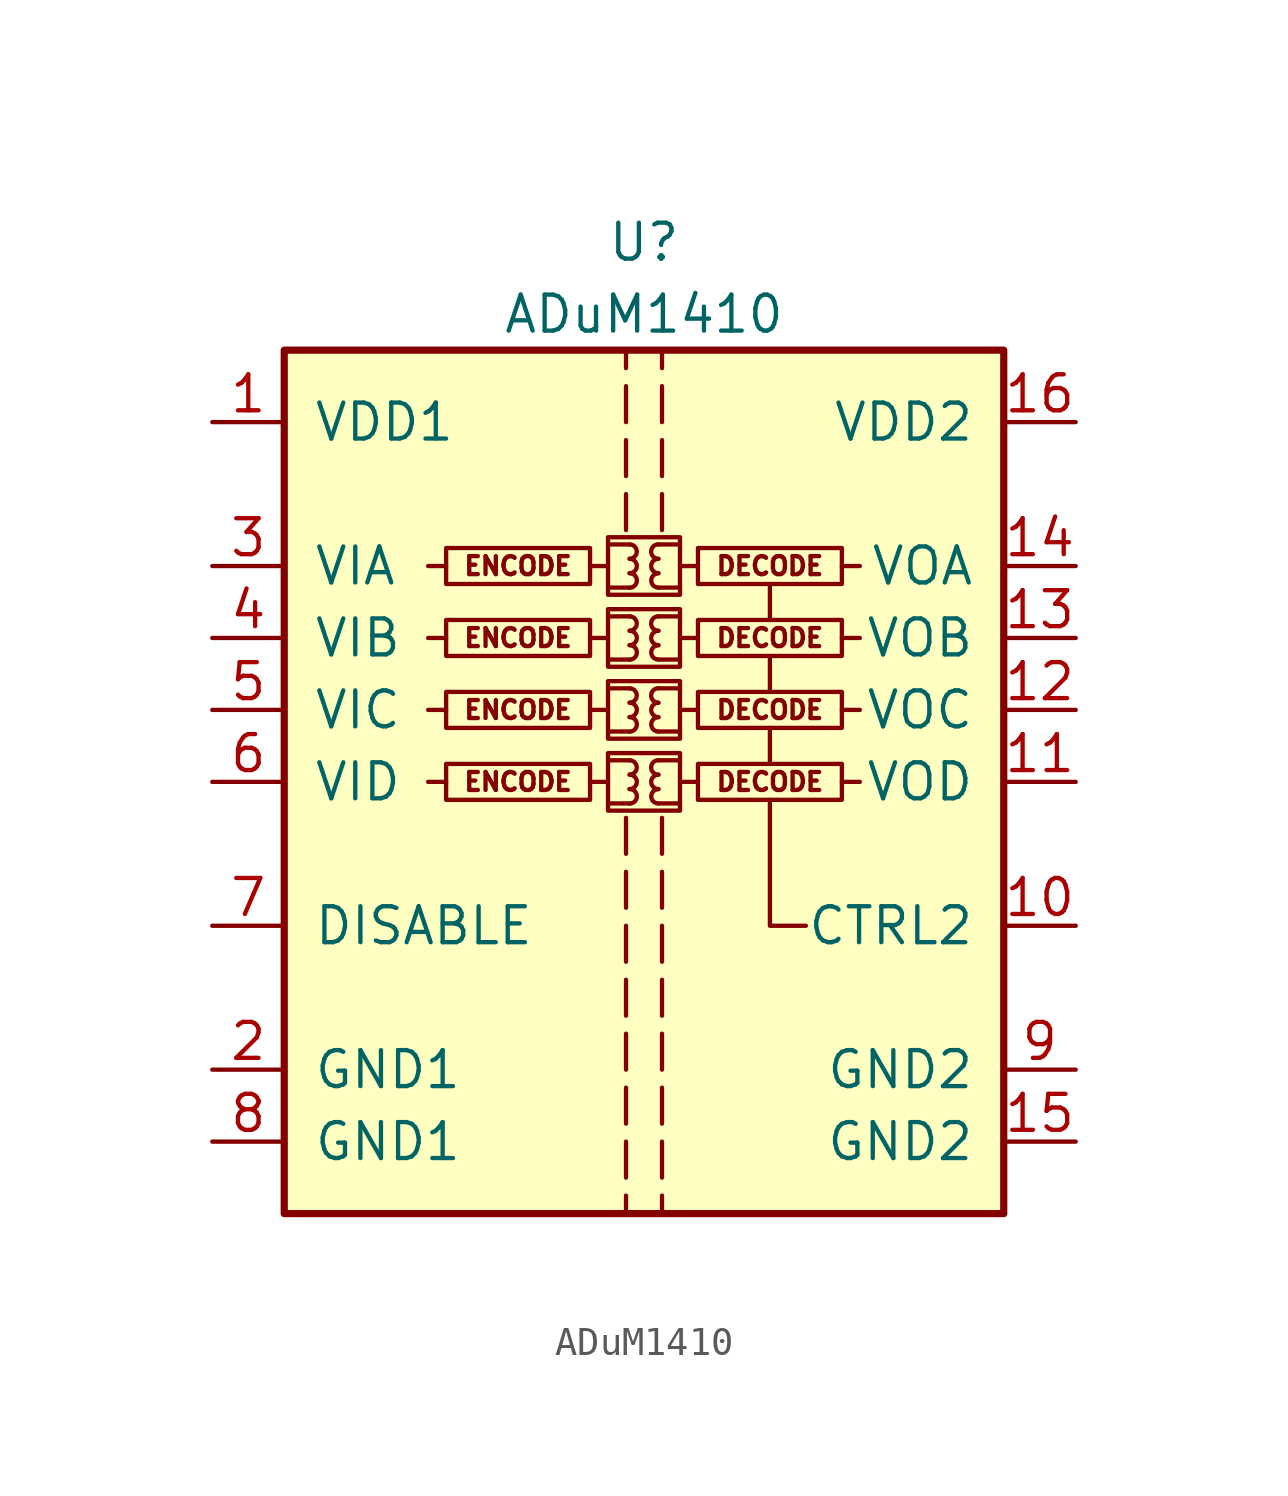
<source format=kicad_sym>
(kicad_symbol_lib
  (version 20201005)
  (generator kicad_symbol_editor)
  (symbol "ADuM1410"
    (pin_names
      (offset 1.016))
    (property "Reference" "U"
      (at 0 19.05 0)
      (effects (font (size 1.27 1.27))))
    (property "Value" "ADuM1410"
      (at 0 16.51 0)
      (effects (font (size 1.27 1.27))))
    (symbol "ADuM1410_0_0"
      (arc (start -0.508 -0.762) (end -0.508 -0.254) (radius (at -0.508 -0.508) (length 0.254) (angles -89.9 89.9)) (stroke (width 0)) (fill (type none)))
      (arc (start -0.508 -0.254) (end -0.508 0.254) (radius (at -0.508 0) (length 0.254) (angles -89.9 89.9)) (stroke (width 0)) (fill (type none)))
      (arc (start -0.508 0.254) (end -0.508 0.762) (radius (at -0.508 0.508) (length 0.254) (angles -89.9 89.9)) (stroke (width 0)) (fill (type none)))
      (arc (start -0.508 1.778) (end -0.508 2.286) (radius (at -0.508 2.032) (length 0.254) (angles -89.9 89.9)) (stroke (width 0)) (fill (type none)))
      (arc (start -0.508 2.286) (end -0.508 2.794) (radius (at -0.508 2.54) (length 0.254) (angles -89.9 89.9)) (stroke (width 0)) (fill (type none)))
      (arc (start -0.508 2.794) (end -0.508 3.302) (radius (at -0.508 3.048) (length 0.254) (angles -89.9 89.9)) (stroke (width 0)) (fill (type none)))
      (arc (start -0.508 4.318) (end -0.508 4.826) (radius (at -0.508 4.572) (length 0.254) (angles -89.9 89.9)) (stroke (width 0)) (fill (type none)))
      (arc (start -0.508 4.826) (end -0.508 5.334) (radius (at -0.508 5.08) (length 0.254) (angles -89.9 89.9)) (stroke (width 0)) (fill (type none)))
      (arc (start -0.508 5.334) (end -0.508 5.842) (radius (at -0.508 5.588) (length 0.254) (angles -89.9 89.9)) (stroke (width 0)) (fill (type none)))
      (arc (start -0.508 6.858) (end -0.508 7.366) (radius (at -0.508 7.112) (length 0.254) (angles -89.9 89.9)) (stroke (width 0)) (fill (type none)))
      (arc (start -0.508 7.366) (end -0.508 7.874) (radius (at -0.508 7.62) (length 0.254) (angles -89.9 89.9)) (stroke (width 0)) (fill (type none)))
      (arc (start -0.508 7.874) (end -0.508 8.382) (radius (at -0.508 8.128) (length 0.254) (angles -89.9 89.9)) (stroke (width 0)) (fill (type none)))
      (arc (start 0.508 -0.254) (end 0.508 -0.762) (radius (at 0.508 -0.508) (length 0.254) (angles 90.1 -90.1)) (stroke (width 0)) (fill (type none)))
      (arc (start 0.508 0.254) (end 0.508 -0.254) (radius (at 0.508 0) (length 0.254) (angles 90.1 -90.1)) (stroke (width 0)) (fill (type none)))
      (arc (start 0.508 0.762) (end 0.508 0.254) (radius (at 0.508 0.508) (length 0.254) (angles 90.1 -90.1)) (stroke (width 0)) (fill (type none)))
      (arc (start 0.508 2.286) (end 0.508 1.778) (radius (at 0.508 2.032) (length 0.254) (angles 90.1 -90.1)) (stroke (width 0)) (fill (type none)))
      (arc (start 0.508 2.794) (end 0.508 2.286) (radius (at 0.508 2.54) (length 0.254) (angles 90.1 -90.1)) (stroke (width 0)) (fill (type none)))
      (arc (start 0.508 3.302) (end 0.508 2.794) (radius (at 0.508 3.048) (length 0.254) (angles 90.1 -90.1)) (stroke (width 0)) (fill (type none)))
      (arc (start 0.508 4.826) (end 0.508 4.318) (radius (at 0.508 4.572) (length 0.254) (angles 90.1 -90.1)) (stroke (width 0)) (fill (type none)))
      (arc (start 0.508 5.334) (end 0.508 4.826) (radius (at 0.508 5.08) (length 0.254) (angles 90.1 -90.1)) (stroke (width 0)) (fill (type none)))
      (arc (start 0.508 5.842) (end 0.508 5.334) (radius (at 0.508 5.588) (length 0.254) (angles 90.1 -90.1)) (stroke (width 0)) (fill (type none)))
      (arc (start 0.508 7.366) (end 0.508 6.858) (radius (at 0.508 7.112) (length 0.254) (angles 90.1 -90.1)) (stroke (width 0)) (fill (type none)))
      (arc (start 0.508 7.874) (end 0.508 7.366) (radius (at 0.508 7.62) (length 0.254) (angles 90.1 -90.1)) (stroke (width 0)) (fill (type none)))
      (arc (start 0.508 8.382) (end 0.508 7.874) (radius (at 0.508 8.128) (length 0.254) (angles 90.1 -90.1)) (stroke (width 0)) (fill (type none)))
      (text "DECODE" (at 4.445 0 0) (effects (font (size 0.635 0.635))))
      (text "DECODE" (at 4.445 2.54 0) (effects (font (size 0.635 0.635))))
      (text "DECODE" (at 4.445 5.08 0) (effects (font (size 0.635 0.635))))
      (text "DECODE" (at 4.445 7.62 0) (effects (font (size 0.635 0.635))))
      (text "ENCODE" (at -4.445 0 0) (effects (font (size 0.635 0.635))))
      (text "ENCODE" (at -4.445 2.54 0) (effects (font (size 0.635 0.635))))
      (text "ENCODE" (at -4.445 5.08 0) (effects (font (size 0.635 0.635))))
      (text "ENCODE" (at -4.445 7.62 0) (effects (font (size 0.635 0.635))))
      (rectangle (start -1.905 0.635) (end -6.985 -0.635) (stroke (width 0)) (fill (type none)))
      (rectangle (start -1.27 1.016) (end 1.27 -1.016) (stroke (width 0)) (fill (type none)))
      (rectangle (start -1.27 3.556) (end 1.27 1.524) (stroke (width 0)) (fill (type none)))
      (rectangle (start -1.27 6.096) (end 1.27 4.064) (stroke (width 0)) (fill (type none)))
      (rectangle (start -1.27 8.636) (end 1.27 6.604) (stroke (width 0)) (fill (type none)))
      (rectangle (start 1.905 0.635) (end 6.985 -0.635) (stroke (width 0)) (fill (type none)))
      (rectangle (start 1.905 3.175) (end 6.985 1.905) (stroke (width 0)) (fill (type none)))
      (rectangle (start 1.905 5.715) (end 6.985 4.445) (stroke (width 0)) (fill (type none)))
      (rectangle (start 1.905 8.255) (end 6.985 6.985) (stroke (width 0)) (fill (type none)))
      (polyline (pts (xy -6.985 0) (xy -7.62 0)) (stroke (width 0)) (fill (type none)))
      (polyline (pts (xy -6.985 2.54) (xy -7.62 2.54)) (stroke (width 0)) (fill (type none)))
      (polyline (pts (xy -6.985 5.08) (xy -7.62 5.08)) (stroke (width 0)) (fill (type none)))
      (polyline (pts (xy -6.985 7.62) (xy -7.62 7.62)) (stroke (width 0)) (fill (type none)))
      (polyline (pts (xy -1.905 0) (xy -1.27 0)) (stroke (width 0)) (fill (type none)))
      (polyline (pts (xy -1.905 2.54) (xy -1.27 2.54)) (stroke (width 0)) (fill (type none)))
      (polyline (pts (xy -1.905 5.08) (xy -1.27 5.08)) (stroke (width 0)) (fill (type none)))
      (polyline (pts (xy -1.905 7.62) (xy -1.27 7.62)) (stroke (width 0)) (fill (type none)))
      (polyline (pts (xy -1.27 -0.762) (xy -0.508 -0.762)) (stroke (width 0)) (fill (type none)))
      (polyline (pts (xy -1.27 0.762) (xy -0.508 0.762)) (stroke (width 0)) (fill (type none)))
      (polyline (pts (xy -1.27 1.778) (xy -0.508 1.778)) (stroke (width 0)) (fill (type none)))
      (polyline (pts (xy -1.27 3.302) (xy -0.508 3.302)) (stroke (width 0)) (fill (type none)))
      (polyline (pts (xy -1.27 4.318) (xy -0.508 4.318)) (stroke (width 0)) (fill (type none)))
      (polyline (pts (xy -1.27 5.842) (xy -0.508 5.842)) (stroke (width 0)) (fill (type none)))
      (polyline (pts (xy -1.27 6.858) (xy -0.508 6.858)) (stroke (width 0)) (fill (type none)))
      (polyline (pts (xy -1.27 8.382) (xy -0.508 8.382)) (stroke (width 0)) (fill (type none)))
      (polyline (pts (xy -0.635 -10.795) (xy -0.635 -12.065)) (stroke (width 0)) (fill (type none)))
      (polyline (pts (xy -0.635 -8.89) (xy -0.635 -10.16)) (stroke (width 0)) (fill (type none)))
      (polyline (pts (xy -0.635 -6.985) (xy -0.635 -8.255)) (stroke (width 0)) (fill (type none)))
      (polyline (pts (xy -0.635 -5.08) (xy -0.635 -6.35)) (stroke (width 0)) (fill (type none)))
      (polyline (pts (xy -0.635 -3.175) (xy -0.635 -4.445)) (stroke (width 0)) (fill (type none)))
      (polyline (pts (xy -0.635 -1.27) (xy -0.635 -2.54)) (stroke (width 0)) (fill (type none)))
      (polyline (pts (xy -0.635 8.89) (xy -0.635 10.16)) (stroke (width 0)) (fill (type none)))
      (polyline (pts (xy -0.635 10.795) (xy -0.635 12.065)) (stroke (width 0)) (fill (type none)))
      (polyline (pts (xy -0.635 12.7) (xy -0.635 13.97)) (stroke (width 0)) (fill (type none)))
      (polyline (pts (xy -0.635 15.24) (xy -0.635 14.605)) (stroke (width 0)) (fill (type none)))
      (polyline (pts (xy 0.635 -10.795) (xy 0.635 -12.065)) (stroke (width 0)) (fill (type none)))
      (polyline (pts (xy 0.635 -8.89) (xy 0.635 -10.16)) (stroke (width 0)) (fill (type none)))
      (polyline (pts (xy 0.635 -6.985) (xy 0.635 -8.255)) (stroke (width 0)) (fill (type none)))
      (polyline (pts (xy 0.635 -5.08) (xy 0.635 -6.35)) (stroke (width 0)) (fill (type none)))
      (polyline (pts (xy 0.635 -3.175) (xy 0.635 -4.445)) (stroke (width 0)) (fill (type none)))
      (polyline (pts (xy 0.635 -1.27) (xy 0.635 -2.54)) (stroke (width 0)) (fill (type none)))
      (polyline (pts (xy 0.635 8.89) (xy 0.635 10.16)) (stroke (width 0)) (fill (type none)))
      (polyline (pts (xy 0.635 12.065) (xy 0.635 10.795)) (stroke (width 0)) (fill (type none)))
      (polyline (pts (xy 0.635 13.97) (xy 0.635 12.7)) (stroke (width 0)) (fill (type none)))
      (polyline (pts (xy 0.635 14.605) (xy 0.635 15.24)) (stroke (width 0)) (fill (type none)))
      (polyline (pts (xy 1.27 -0.762) (xy 0.508 -0.762)) (stroke (width 0)) (fill (type none)))
      (polyline (pts (xy 1.27 0.762) (xy 0.508 0.762)) (stroke (width 0)) (fill (type none)))
      (polyline (pts (xy 1.27 1.778) (xy 0.508 1.778)) (stroke (width 0)) (fill (type none)))
      (polyline (pts (xy 1.27 3.302) (xy 0.508 3.302)) (stroke (width 0)) (fill (type none)))
      (polyline (pts (xy 1.27 4.318) (xy 0.508 4.318)) (stroke (width 0)) (fill (type none)))
      (polyline (pts (xy 1.27 5.842) (xy 0.508 5.842)) (stroke (width 0)) (fill (type none)))
      (polyline (pts (xy 1.27 6.858) (xy 0.508 6.858)) (stroke (width 0)) (fill (type none)))
      (polyline (pts (xy 1.27 8.382) (xy 0.508 8.382)) (stroke (width 0)) (fill (type none)))
      (polyline (pts (xy 1.905 0) (xy 1.27 0)) (stroke (width 0)) (fill (type none)))
      (polyline (pts (xy 1.905 2.54) (xy 1.27 2.54)) (stroke (width 0)) (fill (type none)))
      (polyline (pts (xy 1.905 5.08) (xy 1.27 5.08)) (stroke (width 0)) (fill (type none)))
      (polyline (pts (xy 1.905 7.62) (xy 1.27 7.62)) (stroke (width 0)) (fill (type none)))
      (polyline (pts (xy 4.445 0.635) (xy 4.445 1.905)) (stroke (width 0)) (fill (type none)))
      (polyline (pts (xy 4.445 3.175) (xy 4.445 4.445)) (stroke (width 0)) (fill (type none)))
      (polyline (pts (xy 4.445 5.715) (xy 4.445 6.985)) (stroke (width 0)) (fill (type none)))
      (polyline (pts (xy 6.985 0) (xy 7.62 0)) (stroke (width 0)) (fill (type none)))
      (polyline (pts (xy 6.985 2.54) (xy 7.62 2.54)) (stroke (width 0)) (fill (type none)))
      (polyline (pts (xy 6.985 5.08) (xy 7.62 5.08)) (stroke (width 0)) (fill (type none)))
      (polyline (pts (xy 6.985 7.62) (xy 7.62 7.62)) (stroke (width 0)) (fill (type none)))
      (polyline (pts (xy 5.715 -5.08) (xy 4.445 -5.08) (xy 4.445 -0.635)) (stroke (width 0)) (fill (type none))))
    (symbol "ADuM1410_0_1"
      (rectangle (start -1.905 3.175) (end -6.985 1.905) (stroke (width 0)) (fill (type none)))
      (rectangle (start -1.905 5.715) (end -6.985 4.445) (stroke (width 0)) (fill (type none)))
      (rectangle (start -1.905 8.255) (end -6.985 6.985) (stroke (width 0)) (fill (type none)))
      (rectangle (start -12.7 15.24) (end 12.7 -15.24) (stroke (width 0.254)) (fill (type background)))
      (polyline (pts (xy -0.635 -14.605) (xy -0.635 -15.24)) (stroke (width 0)) (fill (type none)))
      (polyline (pts (xy -0.635 -12.7) (xy -0.635 -13.97)) (stroke (width 0)) (fill (type none)))
      (polyline (pts (xy 0.635 -14.605) (xy 0.635 -15.24)) (stroke (width 0)) (fill (type none)))
      (polyline (pts (xy 0.635 -12.7) (xy 0.635 -13.97)) (stroke (width 0)) (fill (type none))))
    (symbol "ADuM1410_1_1"
      (pin power_in line (at -15.24 12.7 0) (length 2.54) (name "VDD1" (effects (font (size 1.27 1.27)))) (number "1" (effects (font (size 1.27 1.27)))))
      (pin input line (at 15.24 -5.08 180) (length 2.54) (name "CTRL2" (effects (font (size 1.27 1.27)))) (number "10" (effects (font (size 1.27 1.27)))))
      (pin output line (at 15.24 0 180) (length 2.54) (name "VOD" (effects (font (size 1.27 1.27)))) (number "11" (effects (font (size 1.27 1.27)))))
      (pin output line (at 15.24 2.54 180) (length 2.54) (name "VOC" (effects (font (size 1.27 1.27)))) (number "12" (effects (font (size 1.27 1.27)))))
      (pin output line (at 15.24 5.08 180) (length 2.54) (name "VOB" (effects (font (size 1.27 1.27)))) (number "13" (effects (font (size 1.27 1.27)))))
      (pin output line (at 15.24 7.62 180) (length 2.54) (name "VOA" (effects (font (size 1.27 1.27)))) (number "14" (effects (font (size 1.27 1.27)))))
      (pin power_in line (at 15.24 -12.7 180) (length 2.54) (name "GND2" (effects (font (size 1.27 1.27)))) (number "15" (effects (font (size 1.27 1.27)))))
      (pin power_in line (at 15.24 12.7 180) (length 2.54) (name "VDD2" (effects (font (size 1.27 1.27)))) (number "16" (effects (font (size 1.27 1.27)))))
      (pin power_in line (at -15.24 -10.16 0) (length 2.54) (name "GND1" (effects (font (size 1.27 1.27)))) (number "2" (effects (font (size 1.27 1.27)))))
      (pin input line (at -15.24 7.62 0) (length 2.54) (name "VIA" (effects (font (size 1.27 1.27)))) (number "3" (effects (font (size 1.27 1.27)))))
      (pin input line (at -15.24 5.08 0) (length 2.54) (name "VIB" (effects (font (size 1.27 1.27)))) (number "4" (effects (font (size 1.27 1.27)))))
      (pin input line (at -15.24 2.54 0) (length 2.54) (name "VIC" (effects (font (size 1.27 1.27)))) (number "5" (effects (font (size 1.27 1.27)))))
      (pin input line (at -15.24 0 0) (length 2.54) (name "VID" (effects (font (size 1.27 1.27)))) (number "6" (effects (font (size 1.27 1.27)))))
      (pin input line (at -15.24 -5.08 0) (length 2.54) (name "DISABLE" (effects (font (size 1.27 1.27)))) (number "7" (effects (font (size 1.27 1.27)))))
      (pin power_in line (at -15.24 -12.7 0) (length 2.54) (name "GND1" (effects (font (size 1.27 1.27)))) (number "8" (effects (font (size 1.27 1.27)))))
      (pin power_in line (at 15.24 -10.16 180) (length 2.54) (name "GND2" (effects (font (size 1.27 1.27)))) (number "9" (effects (font (size 1.27 1.27))))))))
</source>
